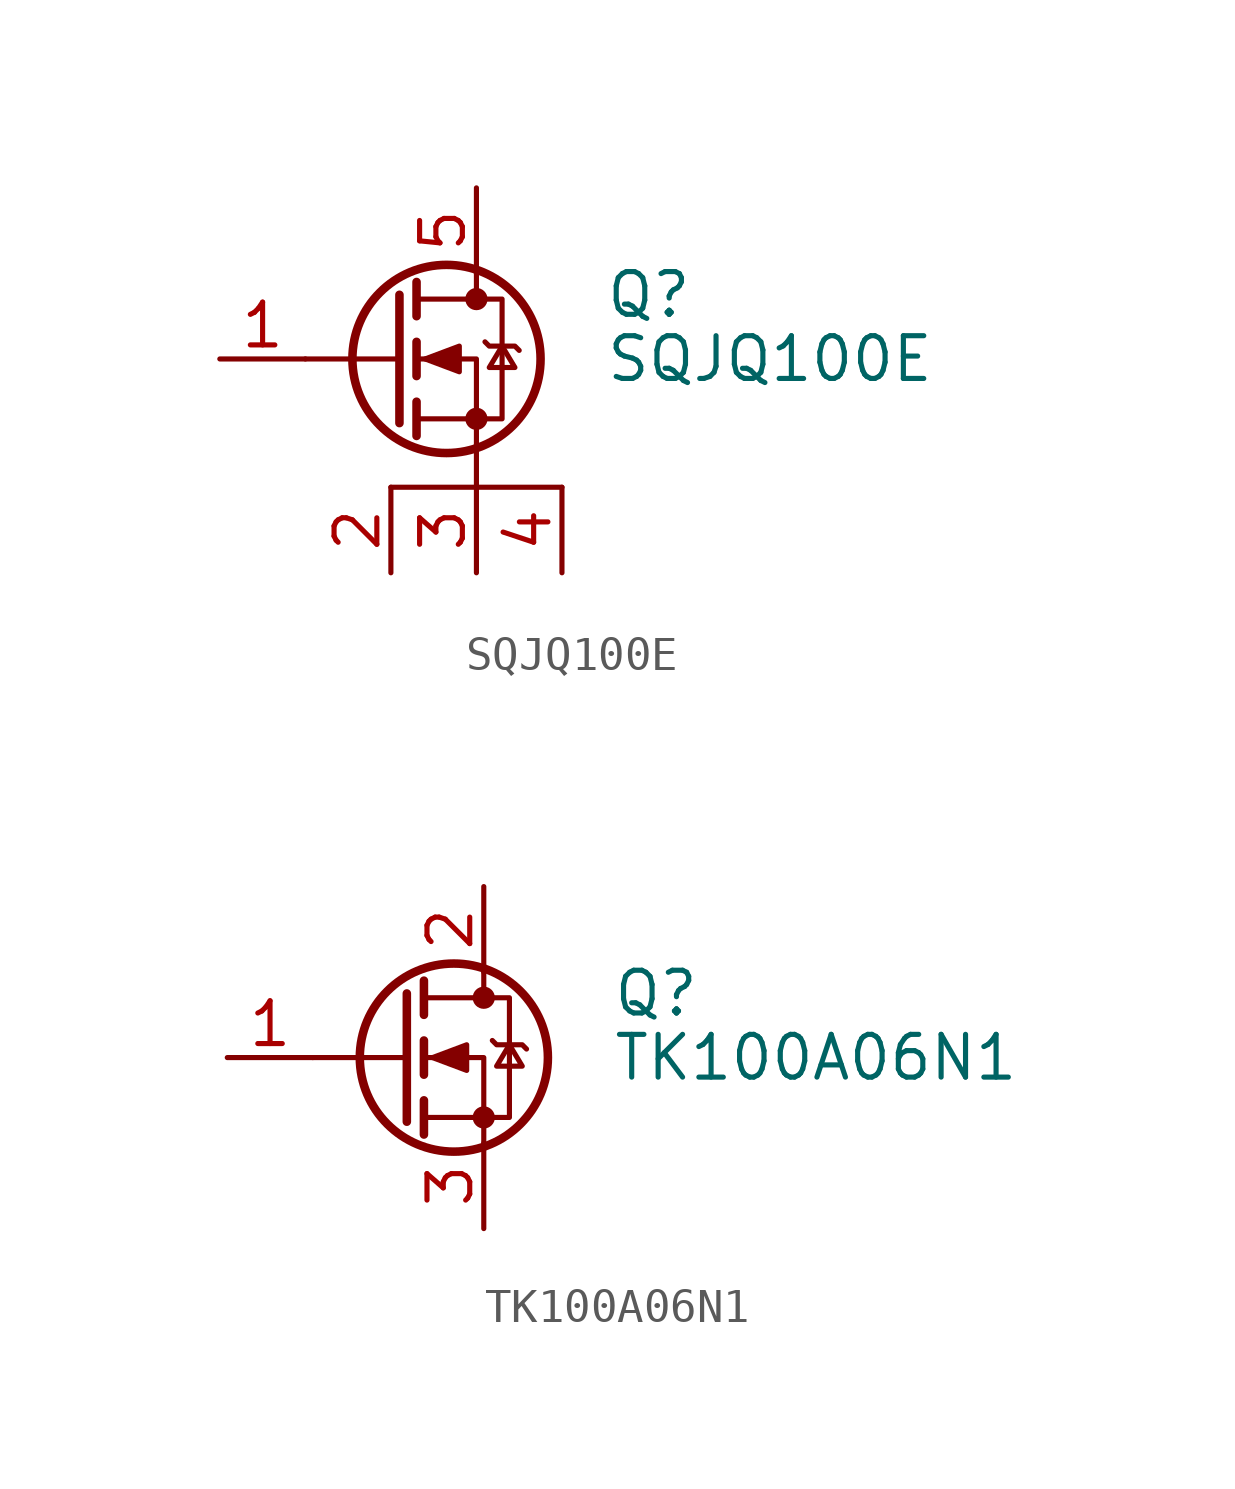
<source format=kicad_sym>
(kicad_symbol_lib
  (version 20211014)
  (generator kicad_symbol_editor)
  (symbol "SQJQ100E"
    (pin_names hide)
    (property "Reference" "Q"
      (at 6.35 1.905 0)
      (effects (font (size 1.27 1.27)) (justify left)))
    (property "Value" "SQJQ100E"
      (at 6.35 0 0)
      (effects (font (size 1.27 1.27)) (justify left)))
    (symbol "SQJQ100E_0_1"
      (polyline (pts (xy 0 -3.81) (xy 5.08 -3.81)) (stroke (width 0) (type default) (color 0 0 0 0)) (fill (type none)))
      (polyline (pts (xy 0.254 0) (xy -2.54 0)) (stroke (width 0) (type default) (color 0 0 0 0)) (fill (type none)))
      (polyline (pts (xy 0.254 1.905) (xy 0.254 -1.905)) (stroke (width 0.254) (type default) (color 0 0 0 0)) (fill (type none)))
      (polyline (pts (xy 0.762 -1.27) (xy 0.762 -2.286)) (stroke (width 0.254) (type default) (color 0 0 0 0)) (fill (type none)))
      (polyline (pts (xy 0.762 0.508) (xy 0.762 -0.508)) (stroke (width 0.254) (type default) (color 0 0 0 0)) (fill (type none)))
      (polyline (pts (xy 0.762 2.286) (xy 0.762 1.27)) (stroke (width 0.254) (type default) (color 0 0 0 0)) (fill (type none)))
      (polyline (pts (xy 2.54 -3.81) (xy 2.54 -2.54)) (stroke (width 0) (type default) (color 0 0 0 0)) (fill (type none)))
      (polyline (pts (xy 2.54 2.54) (xy 2.54 1.778)) (stroke (width 0) (type default) (color 0 0 0 0)) (fill (type none)))
      (polyline (pts (xy 2.54 -2.54) (xy 2.54 0) (xy 0.762 0)) (stroke (width 0) (type default) (color 0 0 0 0)) (fill (type none)))
      (polyline (pts (xy 0.762 -1.778) (xy 3.302 -1.778) (xy 3.302 1.778) (xy 0.762 1.778)) (stroke (width 0) (type default) (color 0 0 0 0)) (fill (type none)))
      (polyline (pts (xy 1.016 0) (xy 2.032 0.381) (xy 2.032 -0.381) (xy 1.016 0)) (stroke (width 0) (type default) (color 0 0 0 0)) (fill (type outline)))
      (polyline (pts (xy 2.794 0.508) (xy 2.921 0.381) (xy 3.683 0.381) (xy 3.81 0.254)) (stroke (width 0) (type default) (color 0 0 0 0)) (fill (type none)))
      (polyline (pts (xy 3.302 0.381) (xy 2.921 -0.254) (xy 3.683 -0.254) (xy 3.302 0.381)) (stroke (width 0) (type default) (color 0 0 0 0)) (fill (type none)))
      (circle (center 1.651 0) (radius 2.794) (stroke (width 0.254) (type default) (color 0 0 0 0)) (fill (type none)))
      (circle (center 2.54 -1.778) (radius 0.254) (stroke (width 0) (type default) (color 0 0 0 0)) (fill (type outline)))
      (circle (center 2.54 1.778) (radius 0.254) (stroke (width 0) (type default) (color 0 0 0 0)) (fill (type outline))))
    (symbol "SQJQ100E_1_1"
      (pin input line (at -5.08 0 0) (length 2.54) (name "G" (effects (font (size 1.27 1.27)))) (number "1" (effects (font (size 1.27 1.27)))))
      (pin passive line (at 0 -6.35 90) (length 2.54) (name "S" (effects (font (size 1.27 1.27)))) (number "2" (effects (font (size 1.27 1.27)))))
      (pin passive line (at 2.54 -6.35 90) (length 2.54) (name "S" (effects (font (size 1.27 1.27)))) (number "3" (effects (font (size 1.27 1.27)))))
      (pin passive line (at 5.08 -6.35 90) (length 2.54) (name "S" (effects (font (size 1.27 1.27)))) (number "4" (effects (font (size 1.27 1.27)))))
      (pin passive line (at 2.54 5.08 270) (length 2.54) (name "D" (effects (font (size 1.27 1.27)))) (number "5" (effects (font (size 1.27 1.27)))))))
  (symbol "TK100A06N1"
    (pin_names hide)
    (property "Reference" "Q"
      (at 6.35 1.905 0)
      (effects (font (size 1.27 1.27)) (justify left)))
    (property "Value" "TK100A06N1"
      (at 6.35 0 0)
      (effects (font (size 1.27 1.27)) (justify left)))
    (symbol "TK100A06N1_0_1"
      (polyline (pts (xy 0.254 0) (xy -2.54 0)) (stroke (width 0) (type default) (color 0 0 0 0)) (fill (type none)))
      (polyline (pts (xy 0.254 1.905) (xy 0.254 -1.905)) (stroke (width 0.254) (type default) (color 0 0 0 0)) (fill (type none)))
      (polyline (pts (xy 0.762 -1.27) (xy 0.762 -2.286)) (stroke (width 0.254) (type default) (color 0 0 0 0)) (fill (type none)))
      (polyline (pts (xy 0.762 0.508) (xy 0.762 -0.508)) (stroke (width 0.254) (type default) (color 0 0 0 0)) (fill (type none)))
      (polyline (pts (xy 0.762 2.286) (xy 0.762 1.27)) (stroke (width 0.254) (type default) (color 0 0 0 0)) (fill (type none)))
      (polyline (pts (xy 2.54 2.54) (xy 2.54 1.778)) (stroke (width 0) (type default) (color 0 0 0 0)) (fill (type none)))
      (polyline (pts (xy 2.54 -2.54) (xy 2.54 0) (xy 0.762 0)) (stroke (width 0) (type default) (color 0 0 0 0)) (fill (type none)))
      (polyline (pts (xy 0.762 -1.778) (xy 3.302 -1.778) (xy 3.302 1.778) (xy 0.762 1.778)) (stroke (width 0) (type default) (color 0 0 0 0)) (fill (type none)))
      (polyline (pts (xy 1.016 0) (xy 2.032 0.381) (xy 2.032 -0.381) (xy 1.016 0)) (stroke (width 0) (type default) (color 0 0 0 0)) (fill (type outline)))
      (polyline (pts (xy 2.794 0.508) (xy 2.921 0.381) (xy 3.683 0.381) (xy 3.81 0.254)) (stroke (width 0) (type default) (color 0 0 0 0)) (fill (type none)))
      (polyline (pts (xy 3.302 0.381) (xy 2.921 -0.254) (xy 3.683 -0.254) (xy 3.302 0.381)) (stroke (width 0) (type default) (color 0 0 0 0)) (fill (type none)))
      (circle (center 1.651 0) (radius 2.794) (stroke (width 0.254) (type default) (color 0 0 0 0)) (fill (type none)))
      (circle (center 2.54 -1.778) (radius 0.254) (stroke (width 0) (type default) (color 0 0 0 0)) (fill (type outline)))
      (circle (center 2.54 1.778) (radius 0.254) (stroke (width 0) (type default) (color 0 0 0 0)) (fill (type outline))))
    (symbol "TK100A06N1_1_1"
      (pin input line (at -5.08 0 0) (length 2.54) (name "G" (effects (font (size 1.27 1.27)))) (number "1" (effects (font (size 1.27 1.27)))))
      (pin passive line (at 2.54 5.08 270) (length 2.54) (name "D" (effects (font (size 1.27 1.27)))) (number "2" (effects (font (size 1.27 1.27)))))
      (pin passive line (at 2.54 -5.08 90) (length 2.54) (name "S" (effects (font (size 1.27 1.27)))) (number "3" (effects (font (size 1.27 1.27))))))))
</source>
